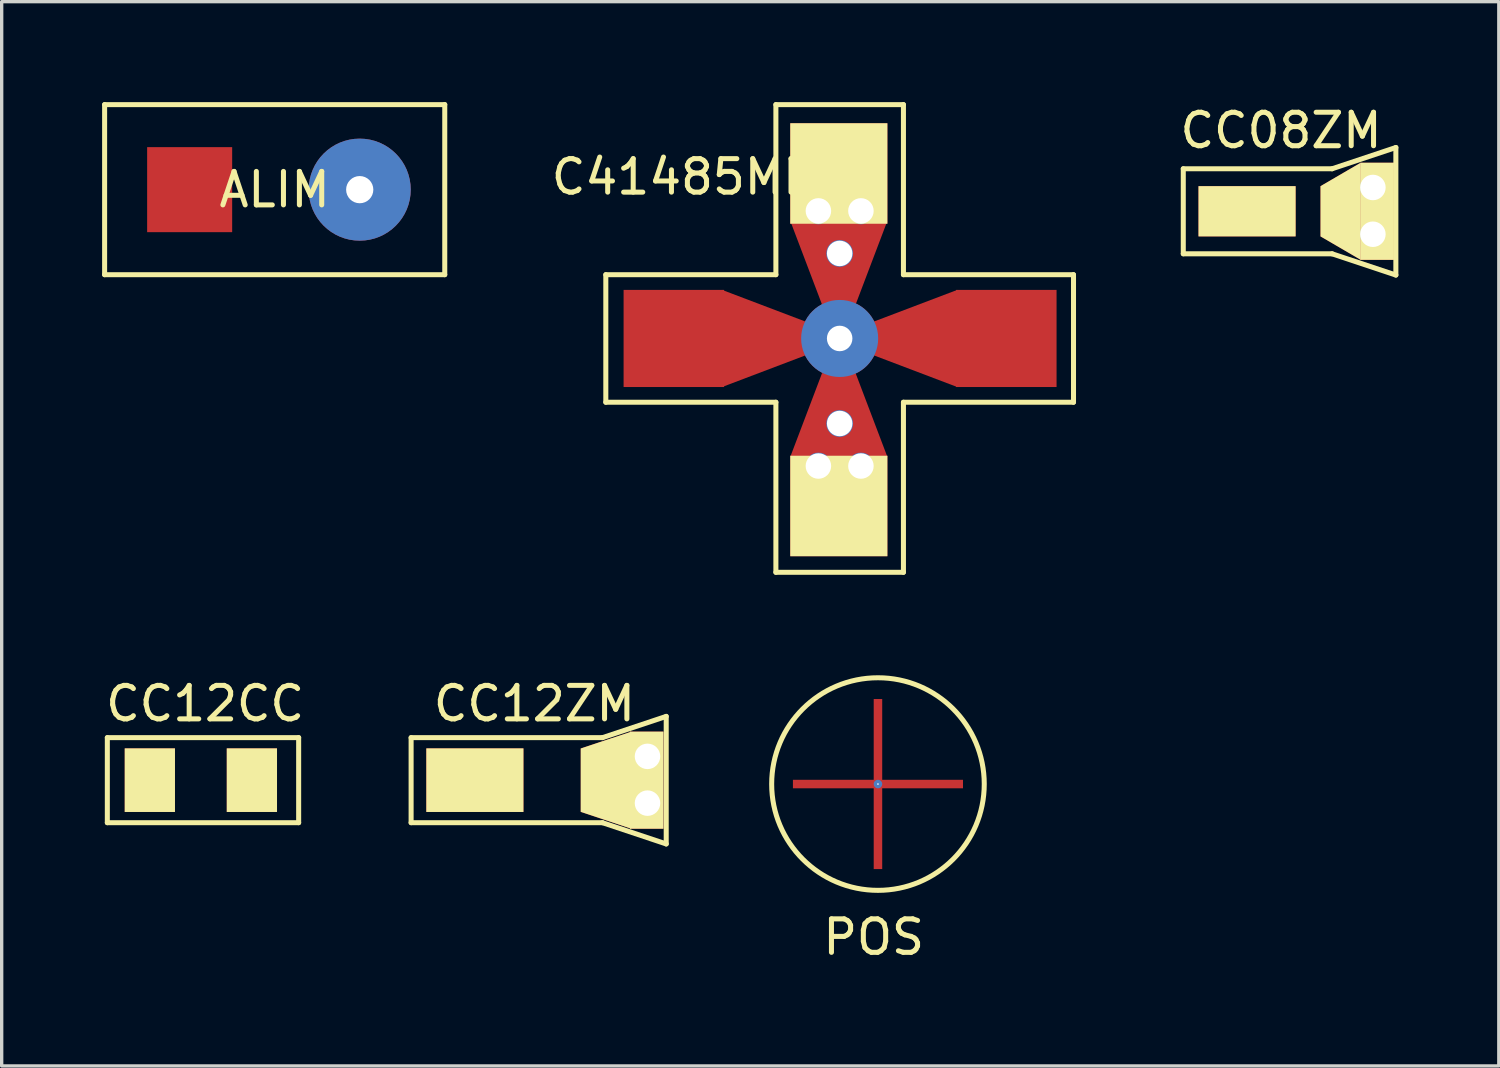
<source format=kicad_pcb>
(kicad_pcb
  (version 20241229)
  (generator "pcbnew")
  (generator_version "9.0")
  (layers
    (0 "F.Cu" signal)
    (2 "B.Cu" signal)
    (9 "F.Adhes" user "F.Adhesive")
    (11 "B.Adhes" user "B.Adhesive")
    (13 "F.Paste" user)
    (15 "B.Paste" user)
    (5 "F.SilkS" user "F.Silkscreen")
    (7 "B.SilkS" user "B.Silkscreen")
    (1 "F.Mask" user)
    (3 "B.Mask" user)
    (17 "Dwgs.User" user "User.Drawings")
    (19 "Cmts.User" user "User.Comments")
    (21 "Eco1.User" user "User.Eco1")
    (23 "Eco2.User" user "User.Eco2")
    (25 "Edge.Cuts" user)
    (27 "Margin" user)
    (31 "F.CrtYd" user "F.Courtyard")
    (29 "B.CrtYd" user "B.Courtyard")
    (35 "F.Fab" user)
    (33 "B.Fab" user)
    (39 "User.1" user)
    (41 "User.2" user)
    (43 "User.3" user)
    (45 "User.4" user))
  (footprint "ALIM"
    (layer "F.Cu")
    (at 5.155 2.615)
    (property "Reference" "ALIM" (at 0 0 0) (layer "F.SilkS") (effects (font (size 1 1) (thickness 0.15))))
    (attr through_hole)
    (fp_line (start -5.08 -2.54) (end 5.08 -2.54) (stroke (width 0.15) (type solid)) (layer "F.SilkS"))
    (fp_line (start -5.08 2.54) (end -5.08 -2.54) (stroke (width 0.15) (type solid)) (layer "F.SilkS"))
    (fp_line (start 5.08 -2.54) (end 5.08 2.54) (stroke (width 0.15) (type solid)) (layer "F.SilkS"))
    (fp_line (start 5.08 2.54) (end -5.08 2.54) (stroke (width 0.15) (type solid)) (layer "F.SilkS"))
    (pad "1" smd rect (at -2.54 0) (size 2.54 2.54) (layers "F.Cu" "F.Mask" "F.Paste"))
    (pad "2" thru_hole circle (at 2.54 0) (size 3.048 3.048) (drill 0.813) (layers "*.Cu")))
  (footprint "CC08ZM"
    (layer "F.Cu")
    (at 36.74 3.261)
    (property "Reference" "CC08ZM" (at -1.524 -2.413 0) (layer "F.SilkS") (effects (font (size 1 1) (thickness 0.15))))
    (attr through_hole)
    (fp_line (start -4.445 -1.27) (end -4.445 1.27) (stroke (width 0.15) (type solid)) (layer "F.SilkS"))
    (fp_line (start -4.445 -1.27) (end 0 -1.27) (stroke (width 0.15) (type solid)) (layer "F.SilkS"))
    (fp_line (start -4.445 1.27) (end 0 1.27) (stroke (width 0.15) (type solid)) (layer "F.SilkS"))
    (fp_line (start 0 -1.27) (end 1.905 -1.905) (stroke (width 0.15) (type solid)) (layer "F.SilkS"))
    (fp_line (start 1.905 -1.905) (end 1.905 1.905) (stroke (width 0.15) (type solid)) (layer "F.SilkS"))
    (fp_line (start 1.905 1.905) (end 0 1.27) (stroke (width 0.15) (type solid)) (layer "F.SilkS"))
    (pad "1" smd rect (at -2.54 0) (size 2.901 1.501) (layers "F.Cu" "F.Mask" "F.SilkS" "F.Paste"))
    (pad "2" smd trapezoid (at 0.254 0) (size 1.199 2.2) (rect_delta -0.699 0) (layers "F.Cu" "F.Mask" "F.SilkS" "F.Paste"))
    (pad "2" thru_hole circle (at 1.219 -0.711) (size 0.8 0.8) (drill 0.762) (layers "*.Cu" "*.Mask"))
    (pad "2" thru_hole circle (at 1.219 0.686) (size 0.8 0.8) (drill 0.762) (layers "*.Cu" "*.Mask"))
    (pad "2" smd rect (at 1.346 0) (size 1.001 2.901) (layers "F.Cu" "F.Mask" "F.SilkS" "F.Paste")))
  (footprint "CC12ZM"
    (layer "F.Cu")
    (at 13.675 20.254)
    (property "Reference" "CC12ZM" (at -0.762 -2.286 0) (layer "F.SilkS") (effects (font (size 1 1) (thickness 0.15))))
    (attr through_hole)
    (fp_line (start -4.445 -1.27) (end -4.445 1.27) (stroke (width 0.15) (type solid)) (layer "F.SilkS"))
    (fp_line (start -4.445 -1.27) (end 1.27 -1.27) (stroke (width 0.15) (type solid)) (layer "F.SilkS"))
    (fp_line (start -4.445 1.27) (end 1.27 1.27) (stroke (width 0.15) (type solid)) (layer "F.SilkS"))
    (fp_line (start 1.27 -1.27) (end 3.175 -1.905) (stroke (width 0.15) (type solid)) (layer "F.SilkS"))
    (fp_line (start 1.27 1.27) (end 3.175 1.905) (stroke (width 0.15) (type solid)) (layer "F.SilkS"))
    (fp_line (start 3.175 -1.905) (end 3.175 1.905) (stroke (width 0.15) (type solid)) (layer "F.SilkS"))
    (pad "1" smd rect (at -2.54 0) (size 2.901 1.9) (layers "F.Cu" "F.Mask" "F.SilkS" "F.Paste"))
    (pad "2" smd trapezoid (at 1.372 0) (size 1.501 2.393) (rect_delta -0.5 0) (layers "F.Cu" "F.Mask" "F.SilkS" "F.Paste"))
    (pad "2" smd rect (at 2.591 0) (size 1.001 2.901) (layers "F.Cu" "F.Mask" "F.SilkS" "F.Paste"))
    (pad "2" thru_hole circle (at 2.616 -0.711) (size 0.8 0.8) (drill 0.762) (layers "*.Cu" "*.Mask"))
    (pad "2" thru_hole circle (at 2.616 0.686) (size 0.8 0.8) (drill 0.762) (layers "*.Cu" "*.Mask")))
  (footprint "POS"
    (layer "F.Cu")
    (at 23.175 20.37)
    (property "Reference" "POS" (at -0.127 4.572 0) (layer "F.SilkS") (effects (font (size 1 1) (thickness 0.15))))
    (attr through_hole)
    (fp_circle (center 0 0) (end 2.54 1.905) (stroke (width 0.15) (type solid)) (fill no) (layer "F.SilkS"))
    (pad "" thru_hole circle (at 0 0) (size 0.254 0.254) (drill 0.051) (layers "*.Cu" "*.Mask"))
    (pad "" smd rect (at 0 0) (size 0.254 5.08) (layers "F.Cu" "F.Mask" "F.Paste"))
    (pad "" smd rect (at 0 0) (size 5.08 0.254) (layers "F.Cu" "F.Mask" "F.Paste")))
  (footprint "C41485MM"
    (layer "F.Cu")
    (at 22.031 7.06)
    (property "Reference" "C41485MM" (at -4.572 -4.826 0) (layer "F.SilkS") (effects (font (size 1 1) (thickness 0.15))))
    (attr through_hole)
    (fp_line (start -6.985 -1.905) (end -6.985 1.905) (stroke (width 0.15) (type solid)) (layer "F.SilkS"))
    (fp_line (start -6.985 1.905) (end -1.905 1.905) (stroke (width 0.15) (type solid)) (layer "F.SilkS"))
    (fp_line (start -1.905 -6.985) (end -1.905 -1.905) (stroke (width 0.15) (type solid)) (layer "F.SilkS"))
    (fp_line (start -1.905 -1.905) (end -6.985 -1.905) (stroke (width 0.15) (type solid)) (layer "F.SilkS"))
    (fp_line (start -1.905 1.905) (end -1.905 6.985) (stroke (width 0.15) (type solid)) (layer "F.SilkS"))
    (fp_line (start -1.905 6.985) (end 1.905 6.985) (stroke (width 0.15) (type solid)) (layer "F.SilkS"))
    (fp_line (start 1.905 -6.985) (end -1.905 -6.985) (stroke (width 0.15) (type solid)) (layer "F.SilkS"))
    (fp_line (start 1.905 -1.905) (end 1.905 -6.985) (stroke (width 0.15) (type solid)) (layer "F.SilkS"))
    (fp_line (start 1.905 1.905) (end 6.985 1.905) (stroke (width 0.15) (type solid)) (layer "F.SilkS"))
    (fp_line (start 1.905 6.985) (end 1.905 1.905) (stroke (width 0.15) (type solid)) (layer "F.SilkS"))
    (fp_line (start 6.985 -1.905) (end 1.905 -1.905) (stroke (width 0.15) (type solid)) (layer "F.SilkS"))
    (fp_line (start 6.985 1.905) (end 6.985 -1.905) (stroke (width 0.15) (type solid)) (layer "F.SilkS"))
    (pad "" thru_hole circle (at 0 0) (size 2.301 2.301) (drill 0.762) (layers "*.Cu" "*.Mask"))
    (pad "1" smd rect (at -4.953 0) (size 3.002 2.901) (layers "F.Cu" "F.Mask" "F.Paste" "In14.Cu"))
    (pad "1" smd trapezoid (at -2.261 0) (size 2.502 1.951) (rect_delta 0.95 0) (layers "F.Cu" "F.Mask" "F.Paste" "In14.Cu"))
    (pad "2" thru_hole circle (at -0.635 3.81) (size 0.8 0.8) (drill 0.762) (layers "*.Cu" "*.Mask"))
    (pad "2" smd trapezoid (at -0.025 2.286) (size 1.951 2.502) (rect_delta 0 0.95) (layers "F.Cu" "F.Mask" "F.Paste" "In14.Cu"))
    (pad "2" smd rect (at -0.025 5.004) (size 2.901 3.002) (layers "F.Cu" "F.Mask" "F.SilkS" "F.Paste" "In10.Cu" "In13.Cu" "In14.Cu"))
    (pad "2" thru_hole circle (at 0 2.54) (size 0.8 0.8) (drill 0.762) (layers "*.Cu" "*.Mask"))
    (pad "2" thru_hole circle (at 0.635 3.81) (size 0.8 0.8) (drill 0.762) (layers "*.Cu" "*.Mask"))
    (pad "3" smd trapezoid (at 2.261 0) (size 2.502 1.951) (rect_delta -0.95 0) (layers "F.Cu" "F.Mask" "F.Paste" "In14.Cu"))
    (pad "3" smd rect (at 4.978 0) (size 3.002 2.901) (layers "F.Cu" "F.Mask" "F.Paste" "In14.Cu"))
    (pad "4" thru_hole circle (at -0.635 -3.81) (size 0.8 0.8) (drill 0.762) (layers "*.Cu" "*.Mask"))
    (pad "4" smd rect (at -0.025 -4.928) (size 2.901 3.002) (layers "F.Cu" "F.Mask" "F.SilkS" "F.Paste" "In10.Cu" "In13.Cu" "In14.Cu"))
    (pad "4" smd trapezoid (at -0.025 -2.261) (size 1.951 2.502) (rect_delta 0 -0.95) (layers "F.Cu" "F.Mask" "F.Paste" "In14.Cu"))
    (pad "4" thru_hole circle (at 0 -2.54) (size 0.8 0.8) (drill 0.762) (layers "*.Cu" "*.Mask"))
    (pad "4" thru_hole circle (at 0.635 -3.81) (size 0.8 0.8) (drill 0.762) (layers "*.Cu" "*.Mask")))
  (footprint "CC12CC"
    (layer "F.Cu")
    (at 2.95 20.254)
    (property "Reference" "CC12CC" (at 0.127 -2.286 0) (layer "F.SilkS") (effects (font (size 1 1) (thickness 0.15))))
    (attr through_hole)
    (fp_line (start -2.794 -1.27) (end 2.921 -1.27) (stroke (width 0.15) (type solid)) (layer "F.SilkS"))
    (fp_line (start -2.794 1.27) (end -2.794 -1.27) (stroke (width 0.15) (type solid)) (layer "F.SilkS"))
    (fp_line (start 2.921 -1.27) (end 2.921 1.27) (stroke (width 0.15) (type solid)) (layer "F.SilkS"))
    (fp_line (start 2.921 1.27) (end -2.794 1.27) (stroke (width 0.15) (type solid)) (layer "F.SilkS"))
    (pad "1" smd rect (at -1.524 0) (size 1.501 1.9) (layers "F.Cu" "F.Mask" "F.SilkS" "F.Paste"))
    (pad "2" smd rect (at 1.524 0) (size 1.501 1.9) (layers "F.Cu" "F.Mask" "F.SilkS" "F.Paste")))
  (gr_rect
    (start -3 -3)
    (end 41.72 28.79)
    (stroke (width 0.1) (type default))
    (fill no)
    (layer "Edge.Cuts")))
</source>
